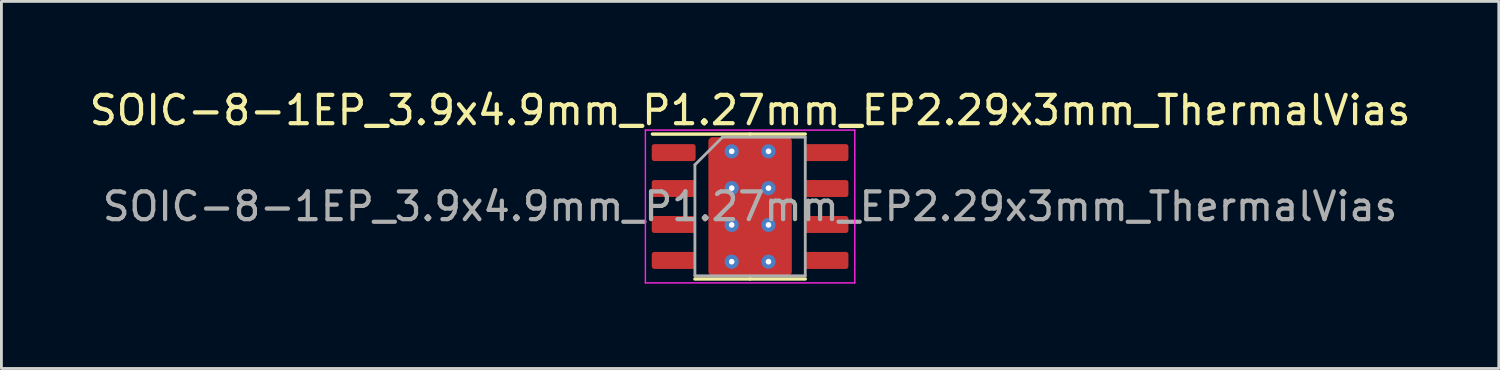
<source format=kicad_pcb>
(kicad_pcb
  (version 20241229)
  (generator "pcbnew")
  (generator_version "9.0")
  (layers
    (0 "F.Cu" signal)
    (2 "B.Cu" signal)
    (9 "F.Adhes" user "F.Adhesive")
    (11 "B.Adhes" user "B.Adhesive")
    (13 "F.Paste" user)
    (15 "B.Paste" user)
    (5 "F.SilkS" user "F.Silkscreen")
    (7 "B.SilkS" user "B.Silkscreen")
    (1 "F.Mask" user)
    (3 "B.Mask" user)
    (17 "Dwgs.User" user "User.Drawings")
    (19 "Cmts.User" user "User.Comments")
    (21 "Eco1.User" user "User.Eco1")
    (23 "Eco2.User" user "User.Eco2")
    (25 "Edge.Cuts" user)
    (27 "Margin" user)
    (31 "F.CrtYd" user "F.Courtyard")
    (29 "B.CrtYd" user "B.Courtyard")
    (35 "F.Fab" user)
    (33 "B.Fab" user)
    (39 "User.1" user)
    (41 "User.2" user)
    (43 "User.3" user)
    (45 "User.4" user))
  (footprint "SOIC-8-1EP_3.9x4.9mm_P1.27mm_EP2.29x3mm_ThermalVias"
    (layer "F.Cu")
    (at 23.458 4.248)
    (property "Reference" "SOIC-8-1EP_3.9x4.9mm_P1.27mm_EP2.29x3mm_ThermalVias" (at 0 -3.4 0) (layer "F.SilkS") (effects (font (size 1 1) (thickness 0.15))))
    (attr smd)
    (fp_line (start 0 -2.56) (end -3.45 -2.56) (stroke (width 0.12) (type solid)) (layer "F.SilkS"))
    (fp_line (start 0 -2.56) (end 1.95 -2.56) (stroke (width 0.12) (type solid)) (layer "F.SilkS"))
    (fp_line (start 0 2.56) (end -1.95 2.56) (stroke (width 0.12) (type solid)) (layer "F.SilkS"))
    (fp_line (start 0 2.56) (end 1.95 2.56) (stroke (width 0.12) (type solid)) (layer "F.SilkS"))
    (fp_line (start -3.7 -2.7) (end -3.7 2.7) (stroke (width 0.05) (type solid)) (layer "F.CrtYd"))
    (fp_line (start -3.7 2.7) (end 3.7 2.7) (stroke (width 0.05) (type solid)) (layer "F.CrtYd"))
    (fp_line (start 3.7 -2.7) (end -3.7 -2.7) (stroke (width 0.05) (type solid)) (layer "F.CrtYd"))
    (fp_line (start 3.7 2.7) (end 3.7 -2.7) (stroke (width 0.05) (type solid)) (layer "F.CrtYd"))
    (fp_line (start -1.95 -1.475) (end -0.975 -2.45) (stroke (width 0.1) (type solid)) (layer "F.Fab"))
    (fp_line (start -1.95 2.45) (end -1.95 -1.475) (stroke (width 0.1) (type solid)) (layer "F.Fab"))
    (fp_line (start -0.975 -2.45) (end 1.95 -2.45) (stroke (width 0.1) (type solid)) (layer "F.Fab"))
    (fp_line (start 1.95 -2.45) (end 1.95 2.45) (stroke (width 0.1) (type solid)) (layer "F.Fab"))
    (fp_line (start 1.95 2.45) (end -1.95 2.45) (stroke (width 0.1) (type solid)) (layer "F.Fab"))
    (fp_text user "${REFERENCE}" (at 0 0 0) (layer "F.Fab") (effects (font (size 0.98 0.98) (thickness 0.15))))
    (pad "1" smd roundrect (at -2.7 -1.905) (size 1.55 0.6) (layers "F.Cu" "F.Mask" "F.Paste") (roundrect_rratio 0.15))
    (pad "2" smd roundrect (at -2.7 -0.635) (size 1.55 0.6) (layers "F.Cu" "F.Mask" "F.Paste") (roundrect_rratio 0.15))
    (pad "3" smd roundrect (at -2.7 0.635) (size 1.55 0.6) (layers "F.Cu" "F.Mask" "F.Paste") (roundrect_rratio 0.15))
    (pad "4" smd roundrect (at -2.7 1.905) (size 1.55 0.6) (layers "F.Cu" "F.Mask" "F.Paste") (roundrect_rratio 0.15))
    (pad "5" smd roundrect (at 2.7 1.905) (size 1.55 0.6) (layers "F.Cu" "F.Mask" "F.Paste") (roundrect_rratio 0.15))
    (pad "6" smd roundrect (at 2.7 0.635) (size 1.55 0.6) (layers "F.Cu" "F.Mask" "F.Paste") (roundrect_rratio 0.15))
    (pad "7" smd roundrect (at 2.7 -0.635) (size 1.55 0.6) (layers "F.Cu" "F.Mask" "F.Paste") (roundrect_rratio 0.15))
    (pad "8" smd roundrect (at 2.7 -1.905) (size 1.55 0.6) (layers "F.Cu" "F.Mask" "F.Paste") (roundrect_rratio 0.15))
    (pad "9" thru_hole circle (at -0.65 -1.95) (size 0.5 0.5) (drill 0.2) (layers "*.Cu"))
    (pad "9" thru_hole circle (at -0.65 -0.65) (size 0.5 0.5) (drill 0.2) (layers "*.Cu" "F.Mask"))
    (pad "9" thru_hole circle (at -0.65 0.65) (size 0.5 0.5) (drill 0.2) (layers "*.Cu" "F.Mask"))
    (pad "9" thru_hole circle (at -0.65 1.95) (size 0.5 0.5) (drill 0.2) (layers "*.Cu"))
    (pad "9" smd roundrect (at 0 0) (size 2.6 3.1) (layers "F.Cu" "F.Mask" "F.Paste") (roundrect_rratio 0.05))
    (pad "9" smd roundrect (at 0 0) (size 2.95 4.9) (layers "F.Cu") (roundrect_rratio 0.05))
    (pad "9" thru_hole circle (at 0.65 -1.95) (size 0.5 0.5) (drill 0.2) (layers "*.Cu"))
    (pad "9" thru_hole circle (at 0.65 -0.65) (size 0.5 0.5) (drill 0.2) (layers "*.Cu" "F.Mask"))
    (pad "9" thru_hole circle (at 0.65 0.65) (size 0.5 0.5) (drill 0.2) (layers "*.Cu" "F.Mask"))
    (pad "9" thru_hole circle (at 0.65 1.95) (size 0.5 0.5) (drill 0.2) (layers "*.Cu")))
  (gr_rect
    (start -3 -3)
    (end 49.917 9.973)
    (stroke (width 0.1) (type default))
    (fill no)
    (layer "Edge.Cuts")))
</source>
